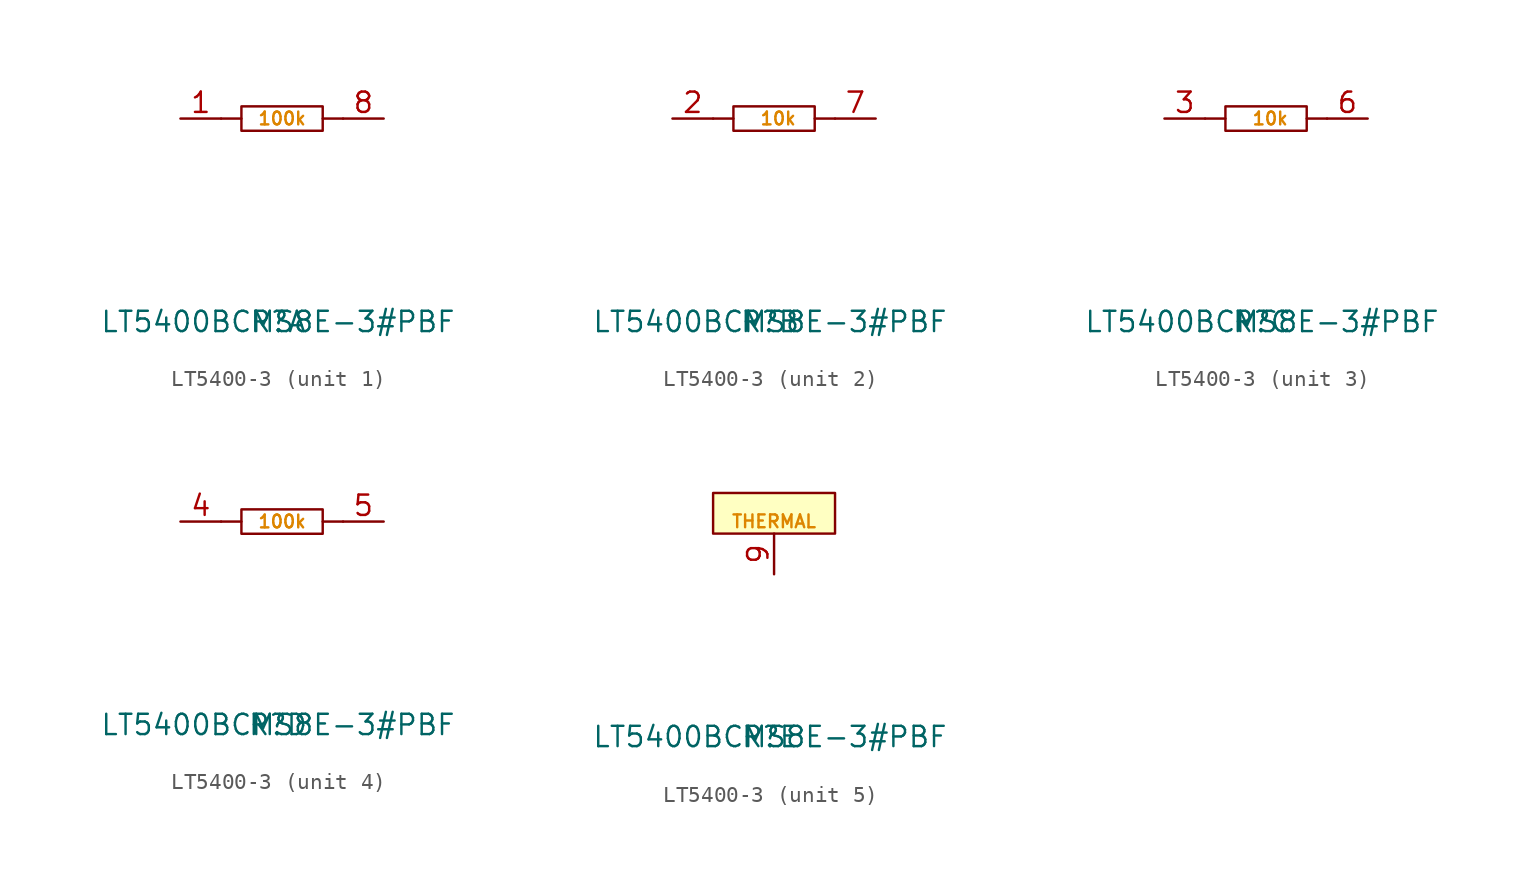
<source format=kicad_sym>
(kicad_symbol_lib
  (version 20231120)
  (generator "kicad_symbol_editor")
  (generator_version "8.0")
  (symbol "LT5400-3"
    (property "Reference" "R"
      (at -0.254 -12.7 0)
      (effects (font (size 1.27 1.27))))
    (property "Value" "LT5400BCMS8E-3#PBF"
      (at -0.254 -12.7 0)
      (effects (font (size 1.27 1.27))))
    (symbol "LT5400-3_1_1"
      (rectangle (start -2.54 0.762) (end 2.54 -0.762) (stroke (width 0) (type default)) (fill (type none)))
      (polyline (pts (xy -3.81 0) (xy -2.54 0)) (stroke (width 0) (type default)) (fill (type none)))
      (polyline (pts (xy 2.54 0) (xy 3.81 0)) (stroke (width 0) (type default)) (fill (type none)))
      (text "100k" (at 0 0 0) (effects (font (size 0.8 0.8) (color 221 133 0 1))))
      (pin passive line (at -6.35 0 0) (length 2.54) (name "" (effects (font (size 1.27 1.27)))) (number "1" (effects (font (size 1.27 1.27)))))
      (pin passive line (at 6.35 0 180) (length 2.54) (name "" (effects (font (size 1.27 1.27)))) (number "8" (effects (font (size 1.27 1.27))))))
    (symbol "LT5400-3_2_1"
      (rectangle (start -2.54 0.762) (end 2.54 -0.762) (stroke (width 0) (type default)) (fill (type none)))
      (polyline (pts (xy -3.81 0) (xy -2.54 0)) (stroke (width 0) (type default)) (fill (type none)))
      (polyline (pts (xy 2.54 0) (xy 3.81 0)) (stroke (width 0) (type default)) (fill (type none)))
      (text "10k" (at 0.254 0 0) (effects (font (size 0.8 0.8) (color 221 133 0 1))))
      (pin passive line (at -6.35 0 0) (length 2.54) (name "" (effects (font (size 1.27 1.27)))) (number "2" (effects (font (size 1.27 1.27)))))
      (pin passive line (at 6.35 0 180) (length 2.54) (name "" (effects (font (size 1.27 1.27)))) (number "7" (effects (font (size 1.27 1.27))))))
    (symbol "LT5400-3_3_1"
      (rectangle (start -2.54 0.762) (end 2.54 -0.762) (stroke (width 0) (type default)) (fill (type none)))
      (polyline (pts (xy -3.81 0) (xy -2.54 0)) (stroke (width 0) (type default)) (fill (type none)))
      (polyline (pts (xy 2.54 0) (xy 3.81 0)) (stroke (width 0) (type default)) (fill (type none)))
      (text "10k" (at 0.254 0 0) (effects (font (size 0.8 0.8) (color 221 133 0 1))))
      (pin passive line (at -6.35 0 0) (length 2.54) (name "" (effects (font (size 1.27 1.27)))) (number "3" (effects (font (size 1.27 1.27)))))
      (pin passive line (at 6.35 0 180) (length 2.54) (name "" (effects (font (size 1.27 1.27)))) (number "6" (effects (font (size 1.27 1.27))))))
    (symbol "LT5400-3_4_1"
      (rectangle (start -2.54 0.762) (end 2.54 -0.762) (stroke (width 0) (type default)) (fill (type none)))
      (polyline (pts (xy -3.81 0) (xy -2.54 0)) (stroke (width 0) (type default)) (fill (type none)))
      (polyline (pts (xy 2.54 0) (xy 3.81 0)) (stroke (width 0) (type default)) (fill (type none)))
      (text "100k" (at 0 0 0) (effects (font (size 0.8 0.8) (color 221 133 0 1))))
      (pin passive line (at -6.35 0 0) (length 2.54) (name "" (effects (font (size 1.27 1.27)))) (number "4" (effects (font (size 1.27 1.27)))))
      (pin passive line (at 6.35 0 180) (length 2.54) (name "" (effects (font (size 1.27 1.27)))) (number "5" (effects (font (size 1.27 1.27))))))
    (symbol "LT5400-3_5_1"
      (rectangle (start -3.81 2.54) (end 3.81 0) (stroke (width 0) (type default)) (fill (type background)))
      (text "THERMAL" (at 0 0.762 0) (effects (font (size 0.8 0.8) (color 221 133 0 1))))
      (pin passive line (at 0 -2.54 90) (length 2.54) (name "" (effects (font (size 1.27 1.27)))) (number "9" (effects (font (size 1.27 1.27))))))))
</source>
